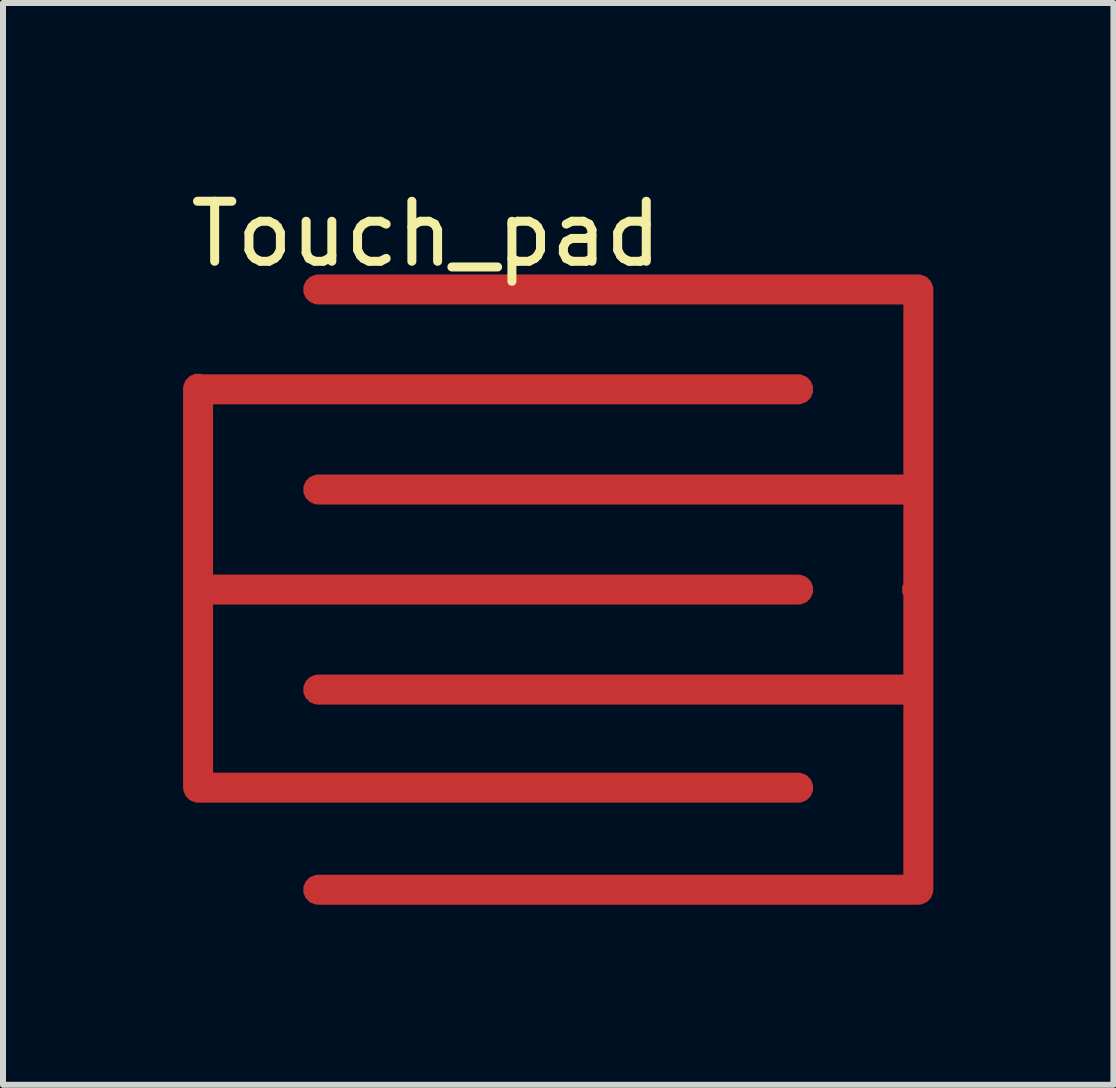
<source format=kicad_pcb>
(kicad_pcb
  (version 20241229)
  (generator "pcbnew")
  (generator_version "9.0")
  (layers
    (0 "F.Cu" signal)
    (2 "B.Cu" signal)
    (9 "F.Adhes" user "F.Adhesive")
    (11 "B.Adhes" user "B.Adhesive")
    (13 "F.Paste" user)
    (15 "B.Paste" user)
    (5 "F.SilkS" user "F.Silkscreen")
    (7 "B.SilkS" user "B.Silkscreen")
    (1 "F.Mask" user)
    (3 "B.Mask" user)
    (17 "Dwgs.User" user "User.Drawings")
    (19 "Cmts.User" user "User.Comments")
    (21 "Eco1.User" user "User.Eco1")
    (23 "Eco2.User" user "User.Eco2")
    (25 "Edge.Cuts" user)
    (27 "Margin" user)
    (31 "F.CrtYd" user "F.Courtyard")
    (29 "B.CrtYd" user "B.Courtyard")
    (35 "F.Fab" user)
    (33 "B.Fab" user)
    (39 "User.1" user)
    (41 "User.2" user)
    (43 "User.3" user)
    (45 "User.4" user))
  (footprint "Touch_pad"
    (layer "F.Cu")
    (at 2.25 0.348)
    (property "Reference" "Touch_pad" (at 1.8 0.5 0) (layer "F.SilkS") (effects (font (size 1 1) (thickness 0.15))))
    (attr through_hole)
    (pad "1" connect custom (at 9.975 6.425) (size 0.5 0.5) (layers "F.Cu" "F.Mask") (options (anchor circle)) (primitives (gr_line (start -9.975 -1.667) (end 0.025 -1.667) (width 0.5)) (gr_line (start -9.975 1.666) (end 0.025 1.666) (width 0.5)) (gr_line (start 0.025 -5) (end 0.025 5) (width 0.5)) (gr_line (start -9.975 -5) (end 0.025 -5) (width 0.5)) (gr_line (start -9.975 5) (end 0.025 5) (width 0.5))))
    (pad "2" connect custom (at -2 6.45) (size 0.5 0.5) (layers "F.Cu" "F.Mask") (options (anchor circle)) (primitives (gr_line (start 0 -0.025) (end 10 -0.025) (width 0.5)) (gr_line (start 0 3.275) (end 10 3.275) (width 0.5)) (gr_line (start 0 -3.362) (end 10 -3.362) (width 0.5)) (gr_line (start 0 -3.375) (end 0 3.275) (width 0.5)))))
  (gr_rect
    (start -3 -3)
    (end 15.5 15.023)
    (stroke (width 0.1) (type default))
    (fill no)
    (layer "Edge.Cuts")))
</source>
